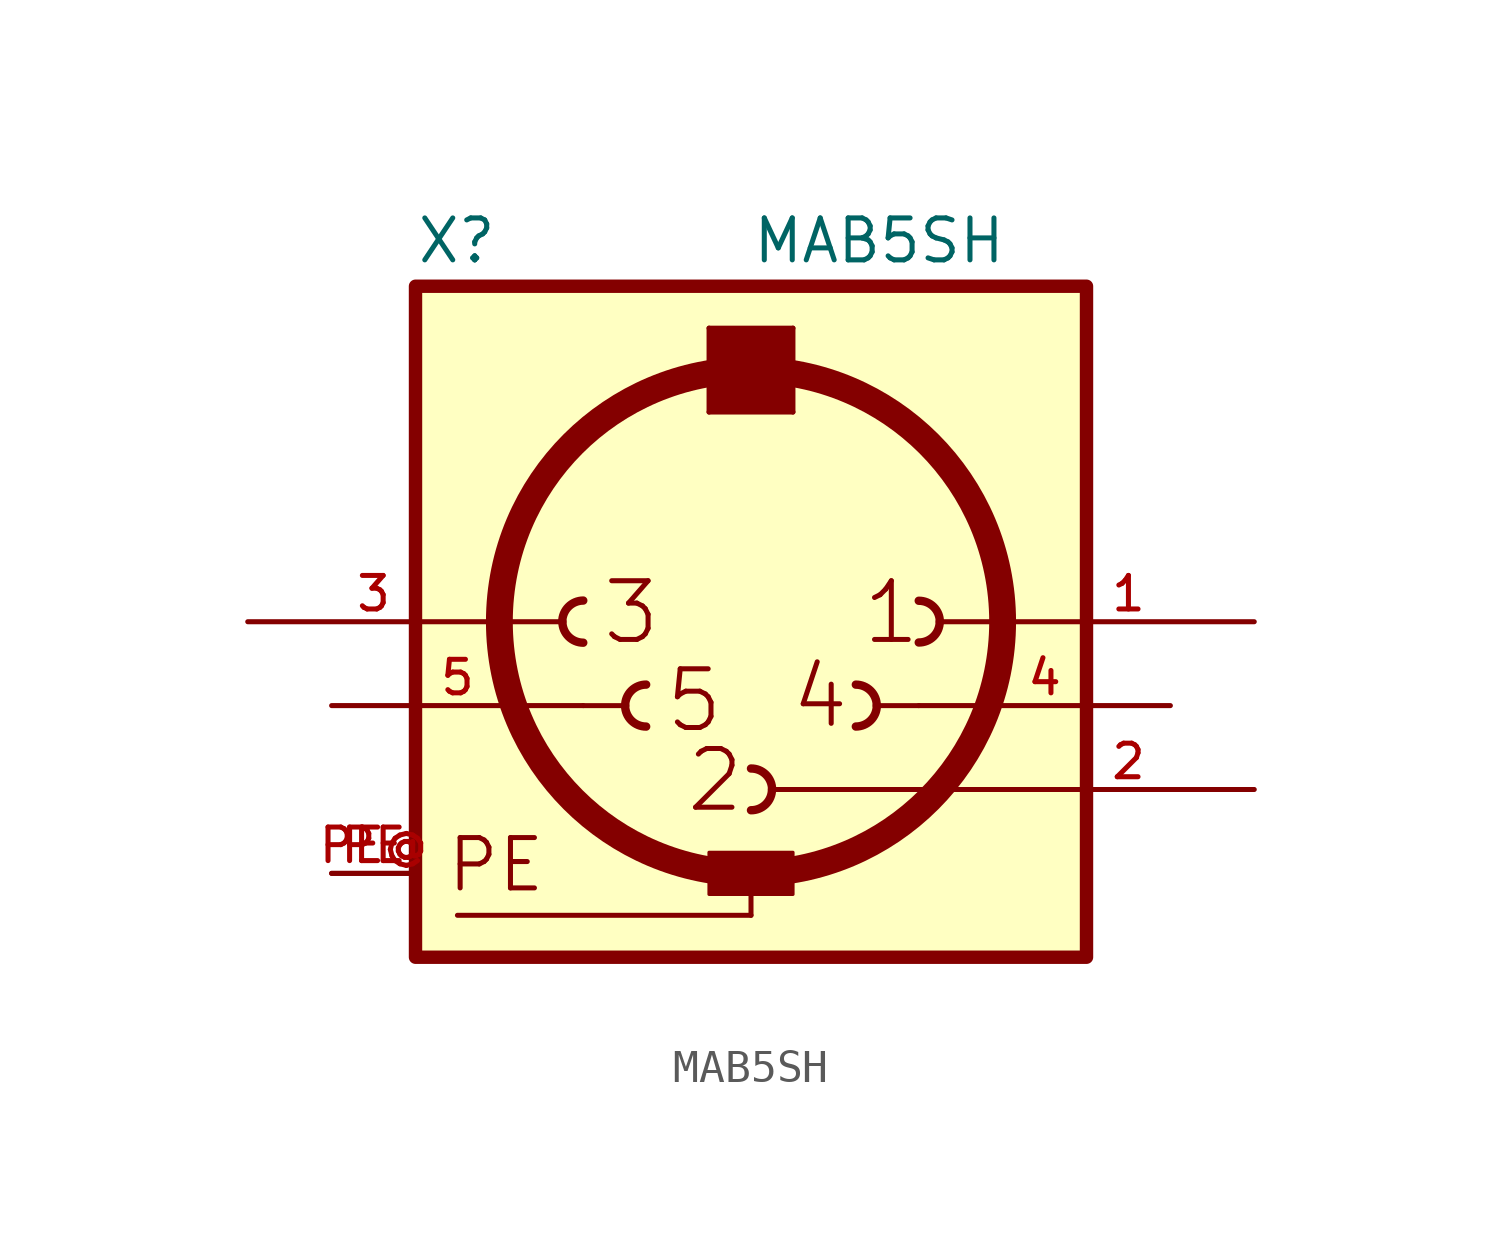
<source format=kicad_sym>
(kicad_symbol_lib
  (version 20211014)
  (generator kicad_symbol_editor)
  (symbol "MAB5SH"
    (pin_names
      (offset 1.016))
    (property "Reference" "X"
      (at -10.16 10.795 0)
      (effects (font (size 1.27 1.27)) (justify bottom left)))
    (property "Value" "MAB5SH"
      (at 0.0 10.795 0)
      (effects (font (size 1.27 1.27)) (justify bottom left)))
    (symbol "MAB5SH_0_0"
      (arc (start -3.81 -2.54) (mid -3.624 -2.989) (end -3.175 -3.175) (stroke (width 0.254) (type default) (color 0 0 0 0)) (fill (type none)))
      (arc (start -3.175 -1.905) (mid -3.624 -2.091) (end -3.81 -2.54) (stroke (width 0.254) (type default) (color 0 0 0 0)) (fill (type none)))
      (arc (start 5.715 0.0) (mid 5.529 0.449) (end 5.08 0.635) (stroke (width 0.254) (type default) (color 0 0 0 0)) (fill (type none)))
      (arc (start 5.08 -0.635) (mid 5.529 -0.449) (end 5.715 0.0) (stroke (width 0.254) (type default) (color 0 0 0 0)) (fill (type none)))
      (arc (start -5.715 0.0) (mid -5.529 -0.449) (end -5.08 -0.635) (stroke (width 0.254) (type default) (color 0 0 0 0)) (fill (type none)))
      (arc (start -5.08 0.635) (mid -5.529 0.449) (end -5.715 0.0) (stroke (width 0.254) (type default) (color 0 0 0 0)) (fill (type none)))
      (arc (start 0.635 -5.08) (mid 0.449 -4.631) (end 0.0 -4.445) (stroke (width 0.254) (type default) (color 0 0 0 0)) (fill (type none)))
      (arc (start 0.0 -5.715) (mid 0.449 -5.529) (end 0.635 -5.08) (stroke (width 0.254) (type default) (color 0 0 0 0)) (fill (type none)))
      (arc (start 3.81 -2.54) (mid 3.624 -2.091) (end 3.175 -1.905) (stroke (width 0.254) (type default) (color 0 0 0 0)) (fill (type none)))
      (arc (start 3.175 -3.175) (mid 3.624 -2.989) (end 3.81 -2.54) (stroke (width 0.254) (type default) (color 0 0 0 0)) (fill (type none)))
      (polyline (pts (xy -1.27 6.35) (xy 1.27 6.35)) (stroke (width 0.152)))
      (polyline (pts (xy -7.62 0.0) (xy -5.715 0.0)) (stroke (width 0.152)))
      (polyline (pts (xy -5.08 -2.54) (xy -3.81 -2.54)) (stroke (width 0.152)))
      (polyline (pts (xy 3.81 -2.54) (xy 5.08 -2.54)) (stroke (width 0.152)))
      (polyline (pts (xy 5.715 0.0) (xy 7.62 0.0)) (stroke (width 0.152)))
      (polyline (pts (xy -1.27 6.35) (xy -1.27 8.89)) (stroke (width 0.152)))
      (polyline (pts (xy -1.27 8.89) (xy 1.27 8.89)) (stroke (width 0.152)))
      (polyline (pts (xy 1.27 8.89) (xy 1.27 6.35)) (stroke (width 0.152)))
      (polyline (pts (xy 0.635 -5.08) (xy 7.62 -5.08)) (stroke (width 0.152)))
      (polyline (pts (xy 0.0 -8.89) (xy 0.0 -7.62)) (stroke (width 0.152)))
      (polyline (pts (xy 0.0 -8.89) (xy -8.89 -8.89)) (stroke (width 0.152)))
      (circle (center 0.0 0.0) (radius 7.62) (stroke (width 0.813)) (fill (type none)))
      (text "1" (at 3.302 -0.762 0) (effects (font (size 1.778 1.778)) (justify bottom left)))
      (text "2" (at -2.032 -5.842 0) (effects (font (size 1.778 1.778)) (justify bottom left)))
      (text "3" (at -4.572 -0.762 0) (effects (font (size 1.778 1.778)) (justify bottom left)))
      (text "4" (at 1.143 -3.302 0) (effects (font (size 1.778 1.778)) (justify bottom left)))
      (text "5" (at -2.667 -3.429 0) (effects (font (size 1.778 1.778)) (justify bottom left)))
      (text "PE" (at -9.271 -8.255 0) (effects (font (size 1.524 1.524)) (justify bottom left)))
      (rectangle (start -1.27 6.35) (end 1.27 8.89) (stroke (width 0.1)) (fill (type outline)))
      (rectangle (start -1.27 -8.255) (end 1.27 -6.985) (stroke (width 0.1)) (fill (type outline)))
      (rectangle (start -10.16 -10.16) (end 10.16 10.16) (stroke (width 0.406)) (fill (type background)))
      (pin passive line (at 15.24 0.0 180.0) (length 7.62) (name "~" (effects (font (size 1.016 1.016)))) (number "1" (effects (font (size 1.016 1.016)))))
      (pin passive line (at 15.24 -5.08 180.0) (length 7.62) (name "~" (effects (font (size 1.016 1.016)))) (number "2" (effects (font (size 1.016 1.016)))))
      (pin passive line (at -15.24 0.0 0) (length 7.62) (name "~" (effects (font (size 1.016 1.016)))) (number "3" (effects (font (size 1.016 1.016)))))
      (pin passive line (at 12.7 -2.54 180.0) (length 7.62) (name "~" (effects (font (size 1.016 1.016)))) (number "4" (effects (font (size 1.016 1.016)))))
      (pin passive line (at -12.7 -2.54 0) (length 7.62) (name "~" (effects (font (size 1.016 1.016)))) (number "5" (effects (font (size 1.016 1.016)))))
      (pin power_in line (at -12.7 -7.62 0) (length 2.54) (name "~" (effects (font (size 1.016 1.016)))) (number "PE" (effects (font (size 1.016 1.016)))))
      (pin power_in line (at -12.7 -7.62 0) (length 2.54) (name "~" (effects (font (size 1.016 1.016)))) (number "PE@" (effects (font (size 1.016 1.016))))))))
</source>
